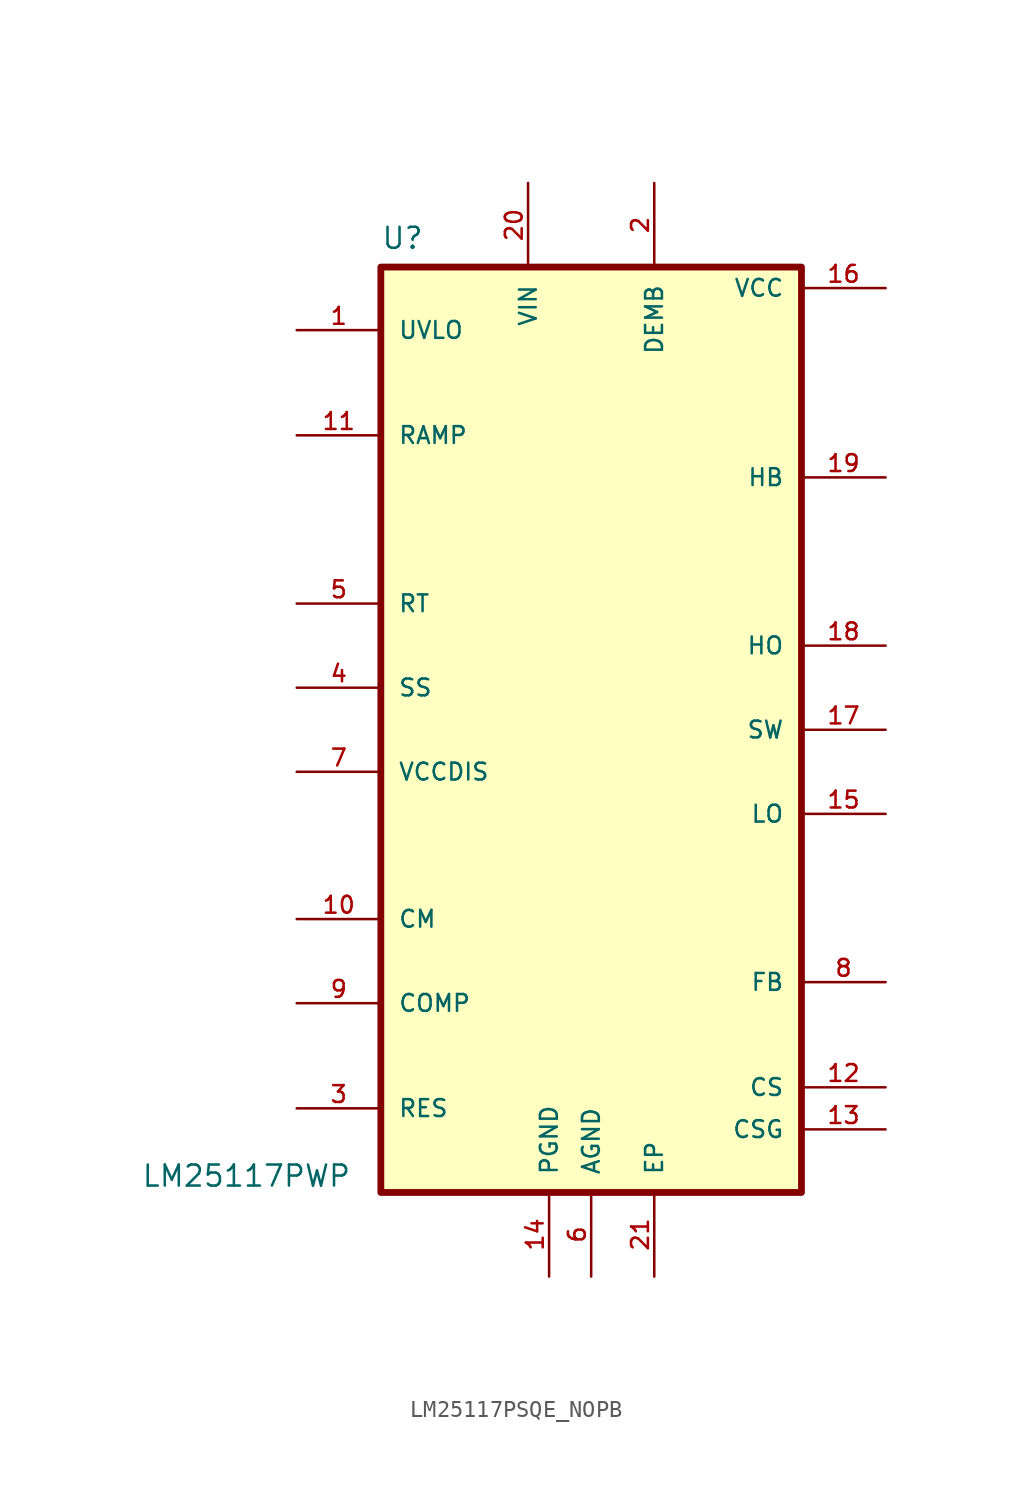
<source format=kicad_sym>
(kicad_symbol_lib
  (version 20241209)
  (generator "kicad_symbol_editor")
  (generator_version "9.0")
  (symbol "LM25117PSQE_NOPB"
    (pin_names
      (offset 1.016))
    (property "Reference" "U"
      (at -12.7 28.94 0)
      (effects (font (size 1.27 1.27)) (justify left bottom)))
    (property "Value" "LM25117PWP"
      (at -27.178 -27.686 0)
      (effects (font (size 1.27 1.27)) (justify left bottom)))
    (symbol "LM25117PSQE_NOPB_0_0"
      (rectangle (start -12.7 -27.94) (end 12.7 27.94) (stroke (width 0.41) (type default)) (fill (type background)))
      (pin input line (at -17.78 17.78 0) (length 5.08) (name "RAMP" (effects (font (size 1.016 1.016)))) (number "11" (effects (font (size 1.016 1.016)))))
      (pin input line (at -17.78 -2.54 0) (length 5.08) (name "VCCDIS" (effects (font (size 1.016 1.016)))) (number "7" (effects (font (size 1.016 1.016)))))
      (pin output line (at -17.78 -11.43 0) (length 5.08) (name "CM" (effects (font (size 1.016 1.016)))) (number "10" (effects (font (size 1.016 1.016)))))
      (pin output line (at -17.78 -16.51 0) (length 5.08) (name "COMP" (effects (font (size 1.016 1.016)))) (number "9" (effects (font (size 1.016 1.016)))))
      (pin power_in line (at -2.54 -33.02 90) (length 5.08) (name "PGND" (effects (font (size 1.016 1.016)))) (number "14" (effects (font (size 1.016 1.016)))))
      (pin power_in line (at 17.78 26.67 180) (length 5.08) (name "VCC" (effects (font (size 1.016 1.016)))) (number "16" (effects (font (size 1.016 1.016)))))
      (pin output line (at 17.78 -5.08 180) (length 5.08) (name "LO" (effects (font (size 1.016 1.016)))) (number "15" (effects (font (size 1.016 1.016)))))
      (pin input line (at 17.78 -15.24 180) (length 5.08) (name "FB" (effects (font (size 1.016 1.016)))) (number "8" (effects (font (size 1.016 1.016)))))
      (pin input line (at 17.78 -21.59 180) (length 5.08) (name "CS" (effects (font (size 1.016 1.016)))) (number "12" (effects (font (size 1.016 1.016)))))
      (pin input line (at 17.78 -24.13 180) (length 5.08) (name "CSG" (effects (font (size 1.016 1.016)))) (number "13" (effects (font (size 1.016 1.016))))))
    (symbol "LM25117PSQE_NOPB_1_0"
      (pin input line (at -17.78 24.13 0) (length 5.08) (name "UVLO" (effects (font (size 1.016 1.016)))) (number "1" (effects (font (size 1.016 1.016)))))
      (pin input line (at -17.78 7.62 0) (length 5.08) (name "RT" (effects (font (size 1.016 1.016)))) (number "5" (effects (font (size 1.016 1.016)))))
      (pin input line (at -17.78 2.54 0) (length 5.08) (name "SS" (effects (font (size 1.016 1.016)))) (number "4" (effects (font (size 1.016 1.016)))))
      (pin output line (at -17.78 -22.86 0) (length 5.08) (name "RES" (effects (font (size 1.016 1.016)))) (number "3" (effects (font (size 1.016 1.016)))))
      (pin input line (at -3.81 33.02 270) (length 5.08) (name "VIN" (effects (font (size 1.016 1.016)))) (number "20" (effects (font (size 1.016 1.016)))))
      (pin power_in line (at 0 -33.02 90) (length 5.08) (name "AGND" (effects (font (size 1.016 1.016)))) (number "6" (effects (font (size 1.016 1.016)))))
      (pin input line (at 3.81 33.02 270) (length 5.08) (name "DEMB" (effects (font (size 1.016 1.016)))) (number "2" (effects (font (size 1.016 1.016)))))
      (pin bidirectional line (at 3.81 -33.02 90) (length 5.08) (name "EP" (effects (font (size 1.016 1.016)))) (number "21" (effects (font (size 1.016 1.016)))))
      (pin power_in line (at 17.78 15.24 180) (length 5.08) (name "HB" (effects (font (size 1.016 1.016)))) (number "19" (effects (font (size 1.016 1.016)))))
      (pin output line (at 17.78 5.08 180) (length 5.08) (name "HO" (effects (font (size 1.016 1.016)))) (number "18" (effects (font (size 1.016 1.016)))))
      (pin bidirectional line (at 17.78 0 180) (length 5.08) (name "SW" (effects (font (size 1.016 1.016)))) (number "17" (effects (font (size 1.016 1.016))))))))
</source>
